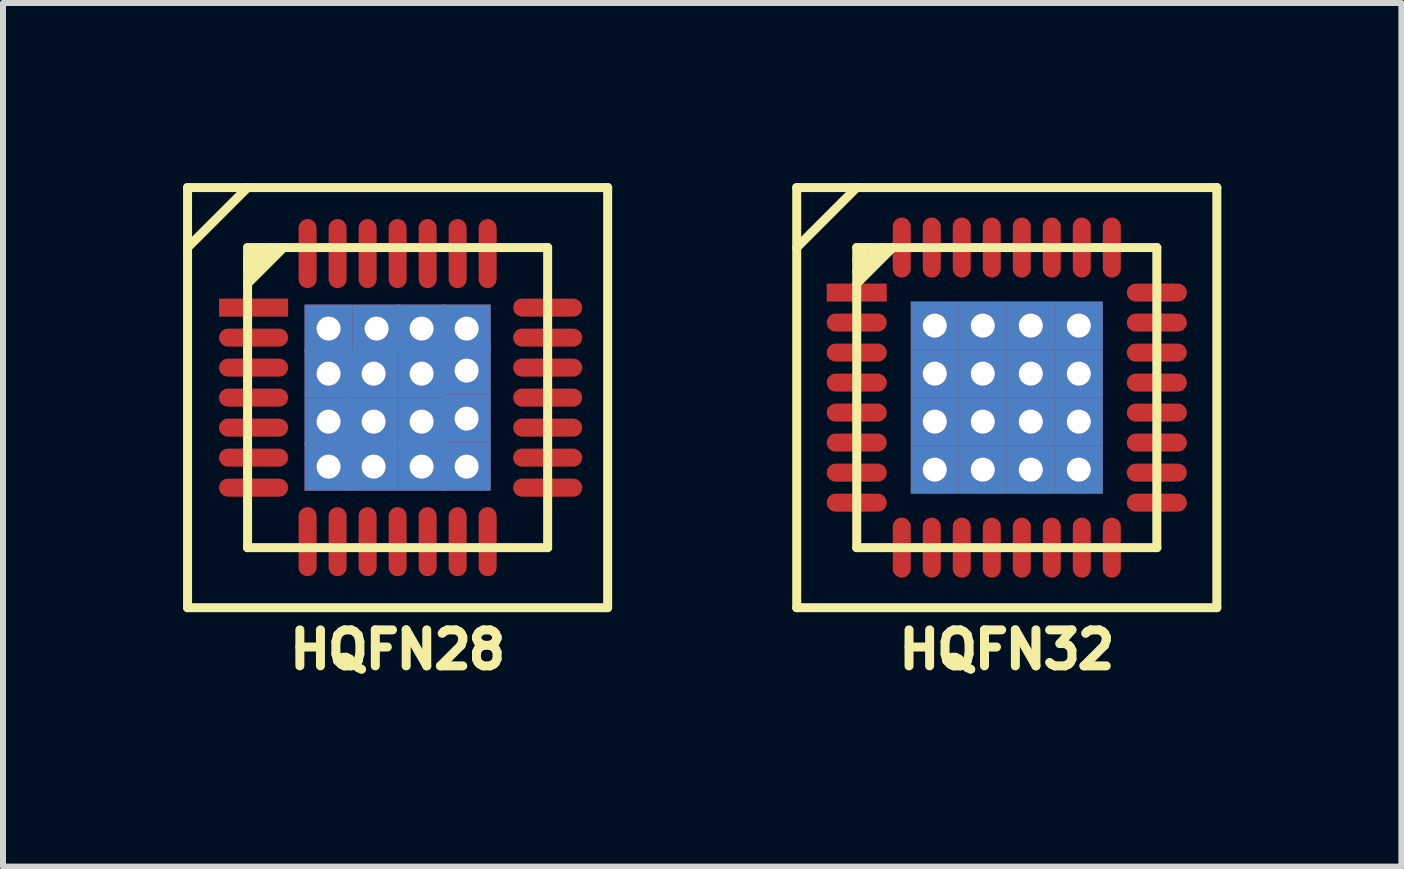
<source format=kicad_pcb>
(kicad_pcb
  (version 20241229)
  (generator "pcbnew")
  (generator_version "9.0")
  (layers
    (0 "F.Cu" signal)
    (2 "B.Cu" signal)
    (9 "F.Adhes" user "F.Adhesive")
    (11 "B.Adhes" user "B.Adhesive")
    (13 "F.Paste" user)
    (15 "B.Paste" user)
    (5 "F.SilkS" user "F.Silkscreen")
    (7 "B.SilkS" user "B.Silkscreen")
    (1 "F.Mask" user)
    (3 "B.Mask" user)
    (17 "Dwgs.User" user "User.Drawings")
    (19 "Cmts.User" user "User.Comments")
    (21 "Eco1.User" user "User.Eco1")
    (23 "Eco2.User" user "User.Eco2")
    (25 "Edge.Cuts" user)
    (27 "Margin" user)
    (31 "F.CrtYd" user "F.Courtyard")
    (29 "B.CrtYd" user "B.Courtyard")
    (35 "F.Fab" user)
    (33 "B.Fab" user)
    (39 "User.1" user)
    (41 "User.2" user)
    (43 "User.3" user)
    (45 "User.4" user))
  (footprint "HQFN32"
    (layer "F.Cu")
    (at 13.725 3.575)
    (property "Reference" "HQFN32" (at 0 4.2 180) (layer "F.SilkS") (effects (font (size 0.6 0.6) (thickness 0.15))))
    (attr smd)
    (fp_line (start -3.5 -3.5) (end -3.5 3.5) (stroke (width 0.15) (type solid)) (layer "F.SilkS"))
    (fp_line (start -3.5 3.5) (end 3.5 3.5) (stroke (width 0.15) (type solid)) (layer "F.SilkS"))
    (fp_line (start -2.5 -3.5) (end -3.5 -2.5) (stroke (width 0.15) (type solid)) (layer "F.SilkS"))
    (fp_line (start -2.5 -2.5) (end -2.5 2.5) (stroke (width 0.15) (type solid)) (layer "F.SilkS"))
    (fp_line (start -2.5 2.5) (end 2.5 2.5) (stroke (width 0.15) (type solid)) (layer "F.SilkS"))
    (fp_line (start -2.3 -2.5) (end -2.5 -2.3) (stroke (width 0.15) (type solid)) (layer "F.SilkS"))
    (fp_line (start -2.1 -2.5) (end -2.5 -2.1) (stroke (width 0.15) (type solid)) (layer "F.SilkS"))
    (fp_line (start -1.9 -2.5) (end -2.5 -1.9) (stroke (width 0.15) (type solid)) (layer "F.SilkS"))
    (fp_line (start 2.5 -2.5) (end -2.5 -2.5) (stroke (width 0.15) (type solid)) (layer "F.SilkS"))
    (fp_line (start 2.5 2.5) (end 2.5 -2.5) (stroke (width 0.15) (type solid)) (layer "F.SilkS"))
    (fp_line (start 3.5 -3.5) (end -3.5 -3.5) (stroke (width 0.15) (type solid)) (layer "F.SilkS"))
    (fp_line (start 3.5 3.5) (end 3.5 -3.5) (stroke (width 0.15) (type solid)) (layer "F.SilkS"))
    (pad "1" smd rect (at -2.5 -1.75) (size 1 0.3) (layers "F.Cu" "F.Mask"))
    (pad "2" smd oval (at -2.5 -1.25) (size 1 0.3) (layers "F.Cu" "F.Mask"))
    (pad "3" smd oval (at -2.5 -0.75) (size 1 0.3) (layers "F.Cu" "F.Mask"))
    (pad "4" smd oval (at -2.5 -0.25) (size 1 0.3) (layers "F.Cu" "F.Mask"))
    (pad "4" smd oval (at -2.5 0.25) (size 1 0.3) (layers "F.Cu" "F.Mask"))
    (pad "6" smd oval (at -2.5 0.75) (size 1 0.3) (layers "F.Cu" "F.Mask"))
    (pad "7" smd oval (at -2.5 1.25) (size 1 0.3) (layers "F.Cu" "F.Mask"))
    (pad "8" smd oval (at -2.5 1.75) (size 1 0.3) (layers "F.Cu" "F.Mask"))
    (pad "9" smd oval (at -1.75 2.5 90) (size 1 0.3) (layers "F.Cu" "F.Mask"))
    (pad "10" smd oval (at -1.25 2.5 90) (size 1 0.3) (layers "F.Cu" "F.Mask"))
    (pad "11" smd oval (at -0.75 2.5 90) (size 1 0.3) (layers "F.Cu" "F.Mask"))
    (pad "12" smd oval (at -0.25 2.5 90) (size 1 0.3) (layers "F.Cu" "F.Mask"))
    (pad "13" smd oval (at 0.25 2.5 90) (size 1 0.3) (layers "F.Cu" "F.Mask"))
    (pad "14" smd oval (at 0.75 2.5 90) (size 1 0.3) (layers "F.Cu" "F.Mask"))
    (pad "15" smd oval (at 1.25 2.5 90) (size 1 0.3) (layers "F.Cu" "F.Mask"))
    (pad "16" smd oval (at 1.75 2.5 90) (size 1 0.3) (layers "F.Cu" "F.Mask"))
    (pad "17" smd oval (at 2.5 1.75) (size 1 0.3) (layers "F.Cu" "F.Mask"))
    (pad "18" smd oval (at 2.5 1.25) (size 1 0.3) (layers "F.Cu" "F.Mask"))
    (pad "19" smd oval (at 2.5 0.75) (size 1 0.3) (layers "F.Cu" "F.Mask"))
    (pad "20" smd oval (at 2.5 0.25) (size 1 0.3) (layers "F.Cu" "F.Mask"))
    (pad "21" smd oval (at 2.5 -0.25) (size 1 0.3) (layers "F.Cu" "F.Mask"))
    (pad "22" smd oval (at 2.5 -0.75) (size 1 0.3) (layers "F.Cu" "F.Mask"))
    (pad "23" smd oval (at 2.5 -1.25) (size 1 0.3) (layers "F.Cu" "F.Mask"))
    (pad "24" smd oval (at 2.5 -1.75) (size 1 0.3) (layers "F.Cu" "F.Mask"))
    (pad "25" smd oval (at 1.75 -2.5 90) (size 1 0.3) (layers "F.Cu" "F.Mask"))
    (pad "26" smd oval (at 1.25 -2.5 90) (size 1 0.3) (layers "F.Cu" "F.Mask"))
    (pad "27" smd oval (at 0.75 -2.5 90) (size 1 0.3) (layers "F.Cu" "F.Mask"))
    (pad "28" smd oval (at 0.25 -2.5 90) (size 1 0.3) (layers "F.Cu" "F.Mask"))
    (pad "29" smd oval (at -0.25 -2.5 90) (size 1 0.3) (layers "F.Cu" "F.Mask"))
    (pad "30" smd oval (at -0.75 -2.5 90) (size 1 0.3) (layers "F.Cu" "F.Mask"))
    (pad "31" smd oval (at -1.25 -2.5 90) (size 1 0.3) (layers "F.Cu" "F.Mask"))
    (pad "32" smd oval (at -1.75 -2.5 90) (size 1 0.3) (layers "F.Cu" "F.Mask"))
    (pad "PAD" thru_hole rect (at -1.2 -1.2) (size 0.8 0.8) (drill 0.4) (layers "*.Cu" "*.Mask" "F.Paste"))
    (pad "PAD" thru_hole rect (at -1.2 -0.4) (size 0.8 0.8) (drill 0.4) (layers "*.Cu" "*.Mask" "F.Paste"))
    (pad "PAD" thru_hole rect (at -1.2 0.4) (size 0.8 0.8) (drill 0.4) (layers "*.Cu" "*.Mask" "F.Paste"))
    (pad "PAD" thru_hole rect (at -1.2 1.2) (size 0.8 0.8) (drill 0.4) (layers "*.Cu" "*.Mask" "F.Paste"))
    (pad "PAD" thru_hole rect (at -0.4 -1.2) (size 0.8 0.8) (drill 0.4) (layers "*.Cu" "*.Mask" "F.Paste"))
    (pad "PAD" thru_hole rect (at -0.4 -0.4) (size 0.8 0.8) (drill 0.4) (layers "*.Cu" "*.Mask" "F.Paste"))
    (pad "PAD" thru_hole rect (at -0.4 0.4) (size 0.8 0.8) (drill 0.4) (layers "*.Cu" "*.Mask" "F.Paste"))
    (pad "PAD" thru_hole rect (at -0.4 1.2) (size 0.8 0.8) (drill 0.4) (layers "*.Cu" "*.Mask" "F.Paste"))
    (pad "PAD" thru_hole rect (at 0.4 -1.2) (size 0.8 0.8) (drill 0.4) (layers "*.Cu" "*.Mask" "F.Paste"))
    (pad "PAD" thru_hole rect (at 0.4 -0.4) (size 0.8 0.8) (drill 0.4) (layers "*.Cu" "*.Mask" "F.Paste"))
    (pad "PAD" thru_hole rect (at 0.4 0.4) (size 0.8 0.8) (drill 0.4) (layers "*.Cu" "*.Mask" "F.Paste"))
    (pad "PAD" thru_hole rect (at 0.4 1.2) (size 0.8 0.8) (drill 0.4) (layers "*.Cu" "*.Mask" "F.Paste"))
    (pad "PAD" thru_hole rect (at 1.2 -1.2) (size 0.8 0.8) (drill 0.4) (layers "*.Cu" "*.Mask" "F.Paste"))
    (pad "PAD" thru_hole rect (at 1.2 -0.4) (size 0.8 0.8) (drill 0.4) (layers "*.Cu" "*.Mask" "F.Paste"))
    (pad "PAD" thru_hole rect (at 1.2 0.4) (size 0.8 0.8) (drill 0.4) (layers "*.Cu" "*.Mask" "F.Paste"))
    (pad "PAD" thru_hole rect (at 1.2 1.2) (size 0.8 0.8) (drill 0.4) (layers "*.Cu" "*.Mask" "F.Paste")))
  (footprint "HQFN28"
    (layer "F.Cu")
    (at 3.575 3.575)
    (property "Reference" "HQFN28" (at 0 4.2 180) (layer "F.SilkS") (effects (font (size 0.6 0.6) (thickness 0.15))))
    (attr smd)
    (fp_line (start -3.5 -3.5) (end -3.5 3.5) (stroke (width 0.15) (type solid)) (layer "F.SilkS"))
    (fp_line (start -3.5 3.5) (end 3.5 3.5) (stroke (width 0.15) (type solid)) (layer "F.SilkS"))
    (fp_line (start -2.5 -3.5) (end -3.5 -2.5) (stroke (width 0.15) (type solid)) (layer "F.SilkS"))
    (fp_line (start -2.5 -2.5) (end -2.5 2.5) (stroke (width 0.15) (type solid)) (layer "F.SilkS"))
    (fp_line (start -2.5 2.5) (end 2.5 2.5) (stroke (width 0.15) (type solid)) (layer "F.SilkS"))
    (fp_line (start -2.3 -2.5) (end -2.5 -2.3) (stroke (width 0.15) (type solid)) (layer "F.SilkS"))
    (fp_line (start -2.1 -2.5) (end -2.5 -2.1) (stroke (width 0.15) (type solid)) (layer "F.SilkS"))
    (fp_line (start -1.9 -2.5) (end -2.5 -1.9) (stroke (width 0.15) (type solid)) (layer "F.SilkS"))
    (fp_line (start 2.5 -2.5) (end -2.5 -2.5) (stroke (width 0.15) (type solid)) (layer "F.SilkS"))
    (fp_line (start 2.5 2.5) (end 2.5 -2.5) (stroke (width 0.15) (type solid)) (layer "F.SilkS"))
    (fp_line (start 3.5 -3.5) (end -3.5 -3.5) (stroke (width 0.15) (type solid)) (layer "F.SilkS"))
    (fp_line (start 3.5 3.5) (end 3.5 -3.5) (stroke (width 0.15) (type solid)) (layer "F.SilkS"))
    (pad "1" smd rect (at -2.4 -1.5) (size 1.15 0.3) (layers "F.Cu" "F.Mask" "F.Paste"))
    (pad "2" smd oval (at -2.4 -1) (size 1.15 0.3) (layers "F.Cu" "F.Mask" "F.Paste"))
    (pad "3" smd oval (at -2.4 -0.5) (size 1.15 0.3) (layers "F.Cu" "F.Mask" "F.Paste"))
    (pad "4" smd oval (at -2.4 0) (size 1.15 0.3) (layers "F.Cu" "F.Mask" "F.Paste"))
    (pad "5" smd oval (at -2.4 0.5) (size 1.15 0.3) (layers "F.Cu" "F.Mask" "F.Paste"))
    (pad "6" smd oval (at -2.4 1) (size 1.15 0.3) (layers "F.Cu" "F.Mask" "F.Paste"))
    (pad "7" smd oval (at -2.4 1.5) (size 1.15 0.3) (layers "F.Cu" "F.Mask" "F.Paste"))
    (pad "8" smd oval (at -1.5 2.4 90) (size 1.15 0.3) (layers "F.Cu" "F.Mask" "F.Paste"))
    (pad "9" smd oval (at -1 2.4 90) (size 1.15 0.3) (layers "F.Cu" "F.Mask" "F.Paste"))
    (pad "10" smd oval (at -0.5 2.4 90) (size 1.15 0.3) (layers "F.Cu" "F.Mask" "F.Paste"))
    (pad "11" smd oval (at 0 2.4 90) (size 1.15 0.3) (layers "F.Cu" "F.Mask" "F.Paste"))
    (pad "12" smd oval (at 0.5 2.4 90) (size 1.15 0.3) (layers "F.Cu" "F.Mask" "F.Paste"))
    (pad "13" smd oval (at 1 2.4 90) (size 1.15 0.3) (layers "F.Cu" "F.Mask" "F.Paste"))
    (pad "14" smd oval (at 1.5 2.4 90) (size 1.15 0.3) (layers "F.Cu" "F.Mask" "F.Paste"))
    (pad "15" smd oval (at 2.5 1.5) (size 1.15 0.3) (layers "F.Cu" "F.Mask" "F.Paste"))
    (pad "16" smd oval (at 2.5 1) (size 1.15 0.3) (layers "F.Cu" "F.Mask" "F.Paste"))
    (pad "17" smd oval (at 2.5 0.5) (size 1.15 0.3) (layers "F.Cu" "F.Mask" "F.Paste"))
    (pad "18" smd oval (at 2.5 0) (size 1.15 0.3) (layers "F.Cu" "F.Mask" "F.Paste"))
    (pad "19" smd oval (at 2.5 -0.5) (size 1.15 0.3) (layers "F.Cu" "F.Mask" "F.Paste"))
    (pad "20" smd oval (at 2.5 -1) (size 1.15 0.3) (layers "F.Cu" "F.Mask" "F.Paste"))
    (pad "21" smd oval (at 2.5 -1.5) (size 1.15 0.3) (layers "F.Cu" "F.Mask" "F.Paste"))
    (pad "22" smd oval (at 1.5 -2.4 90) (size 1.15 0.3) (layers "F.Cu" "F.Mask" "F.Paste"))
    (pad "23" smd oval (at 1 -2.4 90) (size 1.15 0.3) (layers "F.Cu" "F.Mask" "F.Paste"))
    (pad "24" smd oval (at 0.5 -2.4 90) (size 1.15 0.3) (layers "F.Cu" "F.Mask" "F.Paste"))
    (pad "25" smd oval (at 0 -2.4 90) (size 1.15 0.3) (layers "F.Cu" "F.Mask" "F.Paste"))
    (pad "26" smd oval (at -0.5 -2.4 90) (size 1.15 0.3) (layers "F.Cu" "F.Mask" "F.Paste"))
    (pad "27" smd oval (at -1 -2.4 90) (size 1.15 0.3) (layers "F.Cu" "F.Mask" "F.Paste"))
    (pad "28" smd oval (at -1.5 -2.4 90) (size 1.15 0.3) (layers "F.Cu" "F.Mask" "F.Paste"))
    (pad "PAD" thru_hole rect (at -1.15 -1.15) (size 0.8 0.8) (drill 0.4) (layers "*.Cu" "*.Mask" "F.Paste"))
    (pad "PAD" thru_hole rect (at -1.15 -0.4) (size 0.8 0.8) (drill 0.4) (layers "*.Cu" "*.Mask" "F.Paste"))
    (pad "PAD" thru_hole rect (at -1.15 0.4) (size 0.8 0.8) (drill 0.4) (layers "*.Cu" "*.Mask" "F.Paste"))
    (pad "PAD" thru_hole rect (at -1.15 1.15) (size 0.8 0.8) (drill 0.4) (layers "*.Cu" "*.Mask" "F.Paste"))
    (pad "PAD" thru_hole rect (at -0.4 -0.4) (size 0.8 0.8) (drill 0.4) (layers "*.Cu" "*.Mask" "F.Paste"))
    (pad "PAD" thru_hole rect (at -0.4 0.4) (size 0.8 0.8) (drill 0.4) (layers "*.Cu" "*.Mask" "F.Paste"))
    (pad "PAD" thru_hole rect (at -0.4 1.15) (size 0.8 0.8) (drill 0.4) (layers "*.Cu" "*.Mask" "F.Paste"))
    (pad "PAD" thru_hole rect (at -0.35 -1.15) (size 0.8 0.8) (drill 0.4) (layers "*.Cu" "*.Mask" "F.Paste"))
    (pad "PAD" thru_hole rect (at 0.4 -1.15) (size 0.8 0.8) (drill 0.4) (layers "*.Cu" "*.Mask" "F.Paste"))
    (pad "PAD" thru_hole rect (at 0.4 -0.4) (size 0.8 0.8) (drill 0.4) (layers "*.Cu" "*.Mask" "F.Paste"))
    (pad "PAD" thru_hole rect (at 0.4 0.4) (size 0.8 0.8) (drill 0.4) (layers "*.Cu" "*.Mask" "F.Paste"))
    (pad "PAD" thru_hole rect (at 0.4 1.15) (size 0.8 0.8) (drill 0.4) (layers "*.Cu" "*.Mask" "F.Paste"))
    (pad "PAD" thru_hole rect (at 1.15 -1.15) (size 0.8 0.8) (drill 0.4) (layers "*.Cu" "*.Mask" "F.Paste"))
    (pad "PAD" thru_hole rect (at 1.15 -0.45) (size 0.8 0.8) (drill 0.4) (layers "*.Cu" "*.Mask" "F.Paste"))
    (pad "PAD" thru_hole rect (at 1.15 0.35) (size 0.8 0.8) (drill 0.4) (layers "*.Cu" "*.Mask" "F.Paste"))
    (pad "PAD" thru_hole rect (at 1.15 1.15) (size 0.8 0.8) (drill 0.4) (layers "*.Cu" "*.Mask" "F.Paste")))
  (gr_rect
    (start -3 -3)
    (end 20.3 11.389)
    (stroke (width 0.1) (type default))
    (fill no)
    (layer "Edge.Cuts")))
</source>
